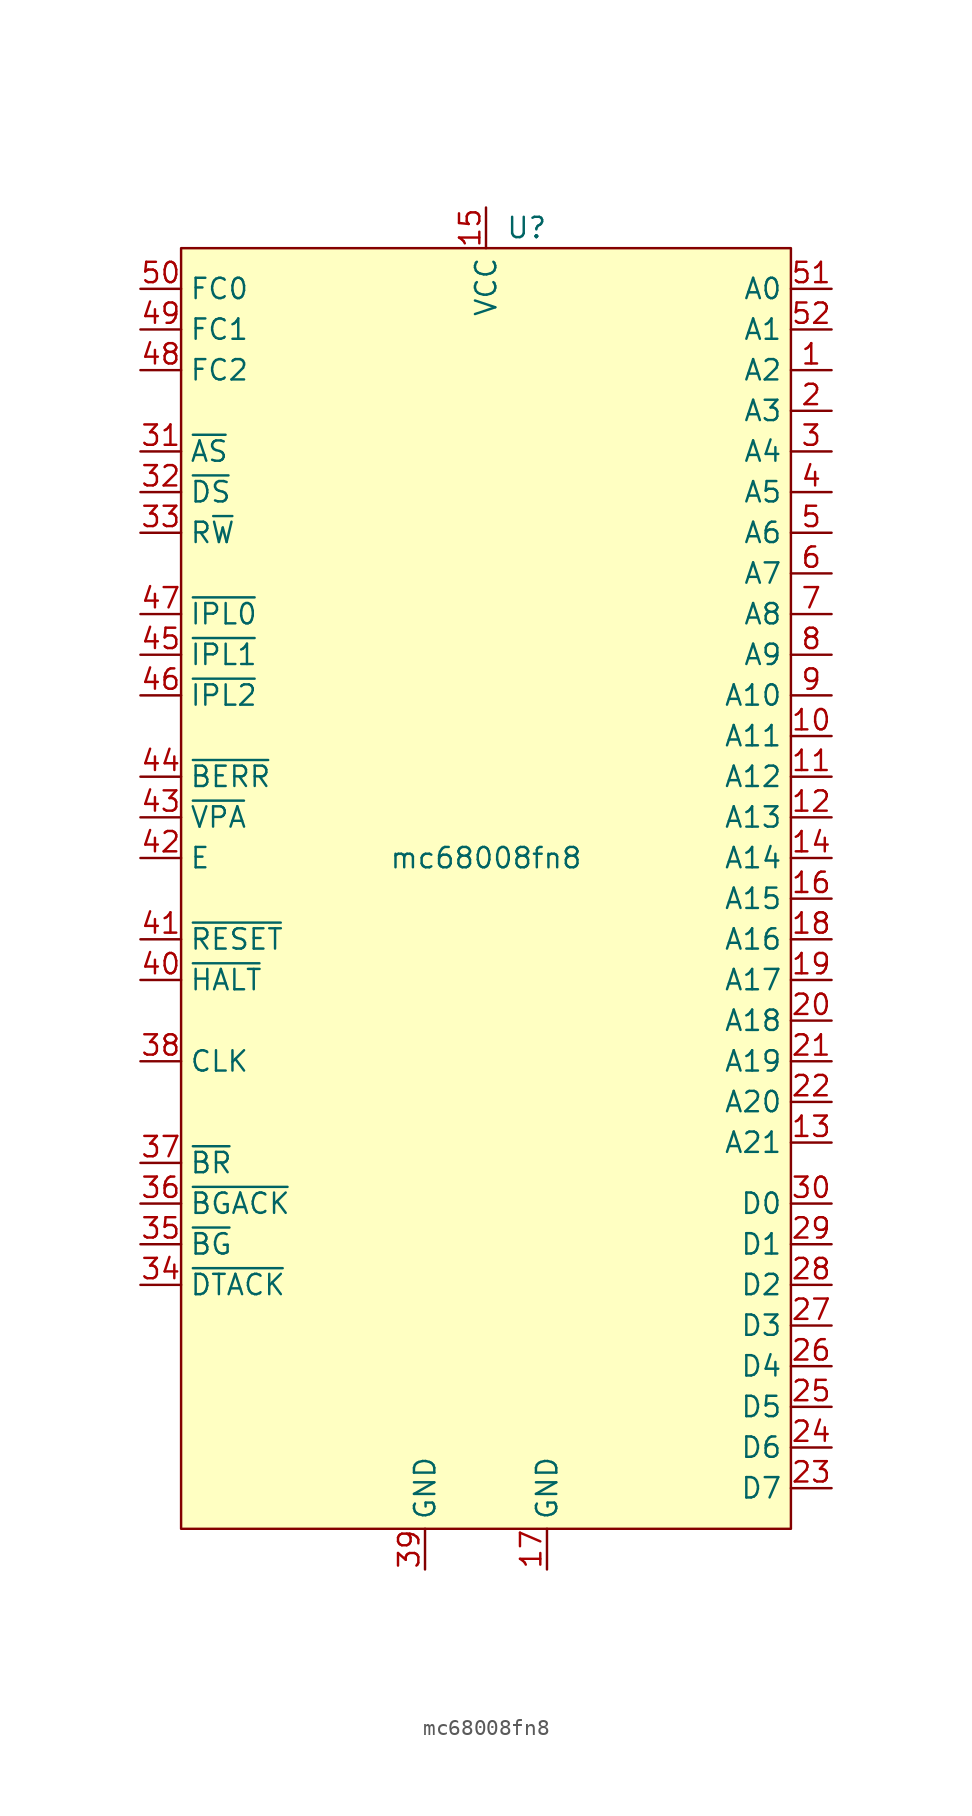
<source format=kicad_sym>
(kicad_symbol_lib
  (version 20211014)
  (generator kicad_symbol_editor)
  (symbol "mc68008fn8"
    (property "Reference" "U"
      (at 2.54 39.37 0)
      (effects (font (size 1.27 1.27))))
    (property "Value" "mc68008fn8"
      (at 0 0 0)
      (effects (font (size 1.27 1.27))))
    (symbol "mc68008fn8_0_1"
      (rectangle (start -19.05 38.1) (end 19.05 -41.91) (stroke (width 0) (type default) (color 0 0 0 0)) (fill (type background))))
    (symbol "mc68008fn8_1_1"
      (pin output line (at 21.59 30.48 180) (length 2.54) (name "A2" (effects (font (size 1.27 1.27)))) (number "1" (effects (font (size 1.27 1.27)))))
      (pin output line (at 21.59 7.62 180) (length 2.54) (name "A11" (effects (font (size 1.27 1.27)))) (number "10" (effects (font (size 1.27 1.27)))))
      (pin output line (at 21.59 5.08 180) (length 2.54) (name "A12" (effects (font (size 1.27 1.27)))) (number "11" (effects (font (size 1.27 1.27)))))
      (pin output line (at 21.59 2.54 180) (length 2.54) (name "A13" (effects (font (size 1.27 1.27)))) (number "12" (effects (font (size 1.27 1.27)))))
      (pin output line (at 21.59 -17.78 180) (length 2.54) (name "A21" (effects (font (size 1.27 1.27)))) (number "13" (effects (font (size 1.27 1.27)))))
      (pin output line (at 21.59 0 180) (length 2.54) (name "A14" (effects (font (size 1.27 1.27)))) (number "14" (effects (font (size 1.27 1.27)))))
      (pin power_in line (at 0 40.64 270) (length 2.54) (name "VCC" (effects (font (size 1.27 1.27)))) (number "15" (effects (font (size 1.27 1.27)))))
      (pin output line (at 21.59 -2.54 180) (length 2.54) (name "A15" (effects (font (size 1.27 1.27)))) (number "16" (effects (font (size 1.27 1.27)))))
      (pin power_in line (at 3.81 -44.45 90) (length 2.54) (name "GND" (effects (font (size 1.27 1.27)))) (number "17" (effects (font (size 1.27 1.27)))))
      (pin output line (at 21.59 -5.08 180) (length 2.54) (name "A16" (effects (font (size 1.27 1.27)))) (number "18" (effects (font (size 1.27 1.27)))))
      (pin output line (at 21.59 -7.62 180) (length 2.54) (name "A17" (effects (font (size 1.27 1.27)))) (number "19" (effects (font (size 1.27 1.27)))))
      (pin output line (at 21.59 27.94 180) (length 2.54) (name "A3" (effects (font (size 1.27 1.27)))) (number "2" (effects (font (size 1.27 1.27)))))
      (pin output line (at 21.59 -10.16 180) (length 2.54) (name "A18" (effects (font (size 1.27 1.27)))) (number "20" (effects (font (size 1.27 1.27)))))
      (pin output line (at 21.59 -12.7 180) (length 2.54) (name "A19" (effects (font (size 1.27 1.27)))) (number "21" (effects (font (size 1.27 1.27)))))
      (pin output line (at 21.59 -15.24 180) (length 2.54) (name "A20" (effects (font (size 1.27 1.27)))) (number "22" (effects (font (size 1.27 1.27)))))
      (pin bidirectional line (at 21.59 -39.37 180) (length 2.54) (name "D7" (effects (font (size 1.27 1.27)))) (number "23" (effects (font (size 1.27 1.27)))))
      (pin bidirectional line (at 21.59 -36.83 180) (length 2.54) (name "D6" (effects (font (size 1.27 1.27)))) (number "24" (effects (font (size 1.27 1.27)))))
      (pin bidirectional line (at 21.59 -34.29 180) (length 2.54) (name "D5" (effects (font (size 1.27 1.27)))) (number "25" (effects (font (size 1.27 1.27)))))
      (pin bidirectional line (at 21.59 -31.75 180) (length 2.54) (name "D4" (effects (font (size 1.27 1.27)))) (number "26" (effects (font (size 1.27 1.27)))))
      (pin bidirectional line (at 21.59 -29.21 180) (length 2.54) (name "D3" (effects (font (size 1.27 1.27)))) (number "27" (effects (font (size 1.27 1.27)))))
      (pin bidirectional line (at 21.59 -26.67 180) (length 2.54) (name "D2" (effects (font (size 1.27 1.27)))) (number "28" (effects (font (size 1.27 1.27)))))
      (pin bidirectional line (at 21.59 -24.13 180) (length 2.54) (name "D1" (effects (font (size 1.27 1.27)))) (number "29" (effects (font (size 1.27 1.27)))))
      (pin output line (at 21.59 25.4 180) (length 2.54) (name "A4" (effects (font (size 1.27 1.27)))) (number "3" (effects (font (size 1.27 1.27)))))
      (pin bidirectional line (at 21.59 -21.59 180) (length 2.54) (name "D0" (effects (font (size 1.27 1.27)))) (number "30" (effects (font (size 1.27 1.27)))))
      (pin output line (at -21.59 25.4 0) (length 2.54) (name "~{AS}" (effects (font (size 1.27 1.27)))) (number "31" (effects (font (size 1.27 1.27)))))
      (pin output line (at -21.59 22.86 0) (length 2.54) (name "~{DS}" (effects (font (size 1.27 1.27)))) (number "32" (effects (font (size 1.27 1.27)))))
      (pin output line (at -21.59 20.32 0) (length 2.54) (name "R~{W}" (effects (font (size 1.27 1.27)))) (number "33" (effects (font (size 1.27 1.27)))))
      (pin input line (at -21.59 -26.67 0) (length 2.54) (name "~{DTACK}" (effects (font (size 1.27 1.27)))) (number "34" (effects (font (size 1.27 1.27)))))
      (pin output line (at -21.59 -24.13 0) (length 2.54) (name "~{BG}" (effects (font (size 1.27 1.27)))) (number "35" (effects (font (size 1.27 1.27)))))
      (pin input line (at -21.59 -21.59 0) (length 2.54) (name "~{BGACK}" (effects (font (size 1.27 1.27)))) (number "36" (effects (font (size 1.27 1.27)))))
      (pin input line (at -21.59 -19.05 0) (length 2.54) (name "~{BR}" (effects (font (size 1.27 1.27)))) (number "37" (effects (font (size 1.27 1.27)))))
      (pin input line (at -21.59 -12.7 0) (length 2.54) (name "CLK" (effects (font (size 1.27 1.27)))) (number "38" (effects (font (size 1.27 1.27)))))
      (pin power_in line (at -3.81 -44.45 90) (length 2.54) (name "GND" (effects (font (size 1.27 1.27)))) (number "39" (effects (font (size 1.27 1.27)))))
      (pin output line (at 21.59 22.86 180) (length 2.54) (name "A5" (effects (font (size 1.27 1.27)))) (number "4" (effects (font (size 1.27 1.27)))))
      (pin bidirectional line (at -21.59 -7.62 0) (length 2.54) (name "~{HALT}" (effects (font (size 1.27 1.27)))) (number "40" (effects (font (size 1.27 1.27)))))
      (pin bidirectional line (at -21.59 -5.08 0) (length 2.54) (name "~{RESET}" (effects (font (size 1.27 1.27)))) (number "41" (effects (font (size 1.27 1.27)))))
      (pin output line (at -21.59 0 0) (length 2.54) (name "E" (effects (font (size 1.27 1.27)))) (number "42" (effects (font (size 1.27 1.27)))))
      (pin bidirectional line (at -21.59 2.54 0) (length 2.54) (name "~{VPA}" (effects (font (size 1.27 1.27)))) (number "43" (effects (font (size 1.27 1.27)))))
      (pin input line (at -21.59 5.08 0) (length 2.54) (name "~{BERR}" (effects (font (size 1.27 1.27)))) (number "44" (effects (font (size 1.27 1.27)))))
      (pin input line (at -21.59 12.7 0) (length 2.54) (name "~{IPL1}" (effects (font (size 1.27 1.27)))) (number "45" (effects (font (size 1.27 1.27)))))
      (pin input line (at -21.59 10.16 0) (length 2.54) (name "~{IPL2}" (effects (font (size 1.27 1.27)))) (number "46" (effects (font (size 1.27 1.27)))))
      (pin input line (at -21.59 15.24 0) (length 2.54) (name "~{IPL0}" (effects (font (size 1.27 1.27)))) (number "47" (effects (font (size 1.27 1.27)))))
      (pin output line (at -21.59 30.48 0) (length 2.54) (name "FC2" (effects (font (size 1.27 1.27)))) (number "48" (effects (font (size 1.27 1.27)))))
      (pin output line (at -21.59 33.02 0) (length 2.54) (name "FC1" (effects (font (size 1.27 1.27)))) (number "49" (effects (font (size 1.27 1.27)))))
      (pin output line (at 21.59 20.32 180) (length 2.54) (name "A6" (effects (font (size 1.27 1.27)))) (number "5" (effects (font (size 1.27 1.27)))))
      (pin output line (at -21.59 35.56 0) (length 2.54) (name "FC0" (effects (font (size 1.27 1.27)))) (number "50" (effects (font (size 1.27 1.27)))))
      (pin output line (at 21.59 35.56 180) (length 2.54) (name "A0" (effects (font (size 1.27 1.27)))) (number "51" (effects (font (size 1.27 1.27)))))
      (pin output line (at 21.59 33.02 180) (length 2.54) (name "A1" (effects (font (size 1.27 1.27)))) (number "52" (effects (font (size 1.27 1.27)))))
      (pin output line (at 21.59 17.78 180) (length 2.54) (name "A7" (effects (font (size 1.27 1.27)))) (number "6" (effects (font (size 1.27 1.27)))))
      (pin output line (at 21.59 15.24 180) (length 2.54) (name "A8" (effects (font (size 1.27 1.27)))) (number "7" (effects (font (size 1.27 1.27)))))
      (pin output line (at 21.59 12.7 180) (length 2.54) (name "A9" (effects (font (size 1.27 1.27)))) (number "8" (effects (font (size 1.27 1.27)))))
      (pin output line (at 21.59 10.16 180) (length 2.54) (name "A10" (effects (font (size 1.27 1.27)))) (number "9" (effects (font (size 1.27 1.27))))))))
</source>
